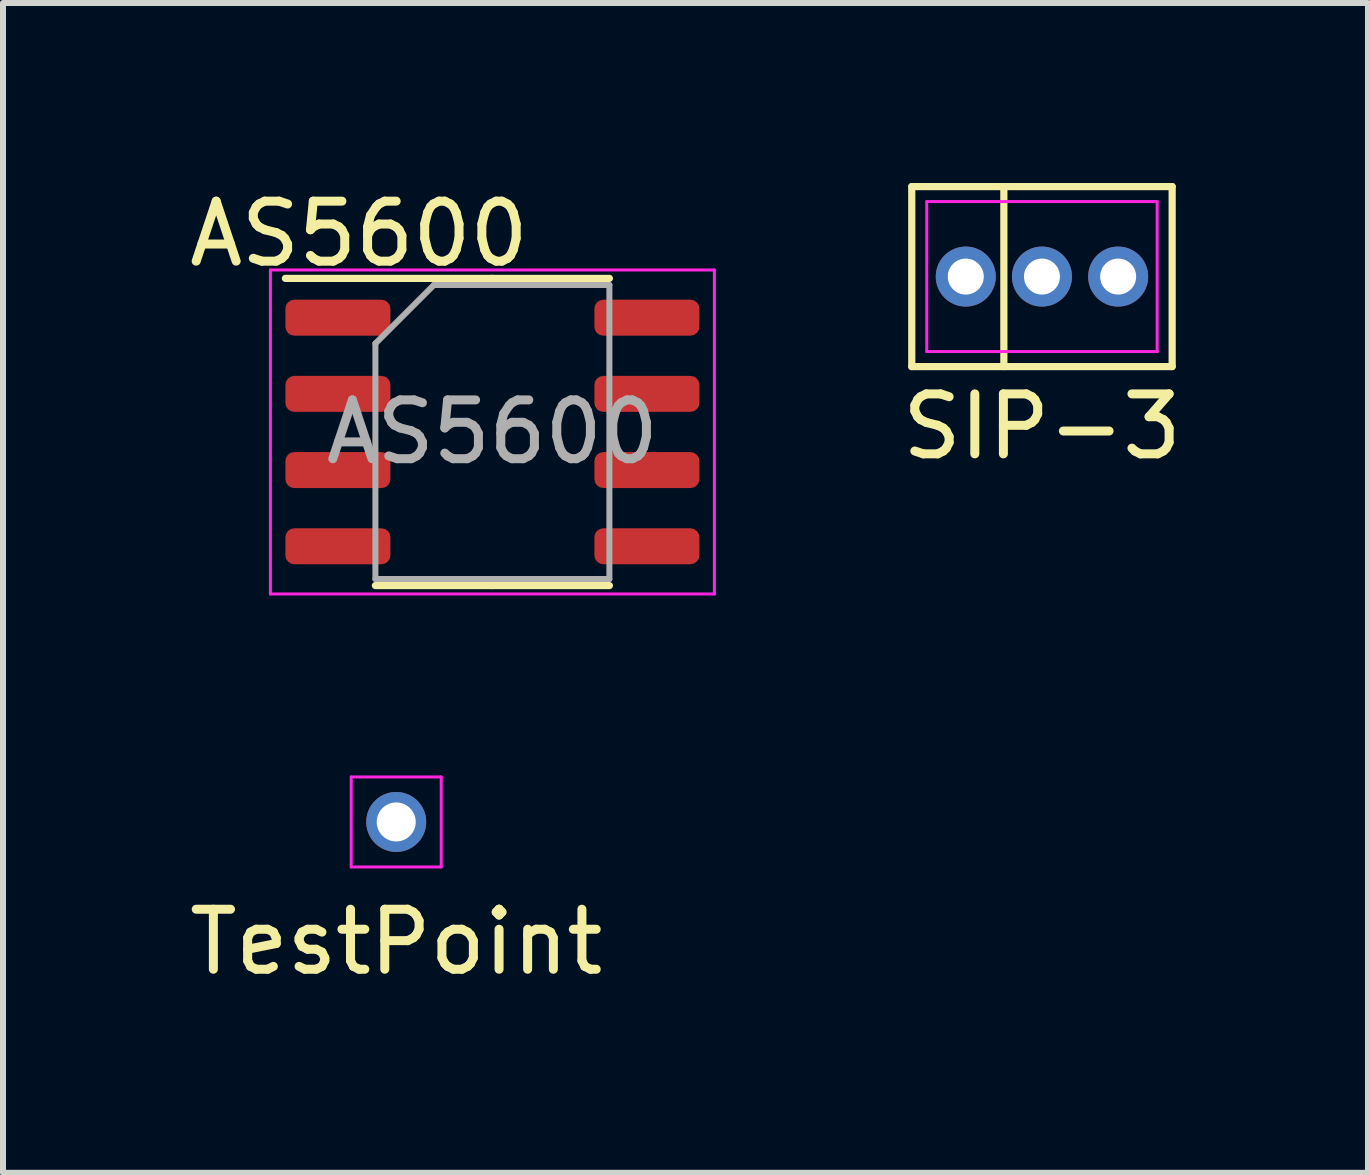
<source format=kicad_pcb>
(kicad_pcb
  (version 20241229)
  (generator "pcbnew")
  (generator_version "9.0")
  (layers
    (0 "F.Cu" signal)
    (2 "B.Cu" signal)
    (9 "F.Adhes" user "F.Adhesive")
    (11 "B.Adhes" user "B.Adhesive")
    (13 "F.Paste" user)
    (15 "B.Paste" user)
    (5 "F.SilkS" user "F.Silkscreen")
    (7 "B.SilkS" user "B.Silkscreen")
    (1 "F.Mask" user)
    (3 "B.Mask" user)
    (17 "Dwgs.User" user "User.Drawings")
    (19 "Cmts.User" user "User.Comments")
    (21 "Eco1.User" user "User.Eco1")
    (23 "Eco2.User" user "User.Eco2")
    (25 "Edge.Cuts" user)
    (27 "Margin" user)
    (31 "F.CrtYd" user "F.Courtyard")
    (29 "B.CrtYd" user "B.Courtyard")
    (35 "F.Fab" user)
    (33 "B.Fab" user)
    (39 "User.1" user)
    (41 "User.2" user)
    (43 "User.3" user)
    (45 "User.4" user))
  (footprint "SIP-3"
    (layer "F.Cu")
    (at 14.317 1.56)
    (property "Reference" "SIP-3" (at 0 2.5 0) (layer "F.SilkS") (effects (font (size 1 1) (thickness 0.15))))
    (attr through_hole)
    (fp_line (start -2.17 -1.5) (end 2.17 -1.5) (stroke (width 0.12) (type solid)) (layer "F.SilkS"))
    (fp_line (start -2.17 1.5) (end -2.17 -1.5) (stroke (width 0.12) (type solid)) (layer "F.SilkS"))
    (fp_line (start -0.635 -1.5) (end -0.635 1.5) (stroke (width 0.12) (type solid)) (layer "F.SilkS"))
    (fp_line (start 2.17 -1.5) (end 2.17 1.5) (stroke (width 0.12) (type solid)) (layer "F.SilkS"))
    (fp_line (start 2.17 1.5) (end -2.17 1.5) (stroke (width 0.12) (type solid)) (layer "F.SilkS"))
    (fp_line (start -1.92 -1.25) (end 1.92 -1.25) (stroke (width 0.05) (type solid)) (layer "F.CrtYd"))
    (fp_line (start -1.92 1.25) (end -1.92 -1.25) (stroke (width 0.05) (type solid)) (layer "F.CrtYd"))
    (fp_line (start 1.92 -1.25) (end 1.92 1.25) (stroke (width 0.05) (type solid)) (layer "F.CrtYd"))
    (fp_line (start 1.92 1.25) (end -1.92 1.25) (stroke (width 0.05) (type solid)) (layer "F.CrtYd"))
    (pad "1" thru_hole circle (at -1.27 0) (size 1 1) (drill 0.6) (layers "*.Cu" "*.Mask"))
    (pad "2" thru_hole circle (at 0 0) (size 1 1) (drill 0.6) (layers "*.Cu" "*.Mask"))
    (pad "3" thru_hole circle (at 1.27 0) (size 1 1) (drill 0.6) (layers "*.Cu" "*.Mask")))
  (footprint "AS5600"
    (layer "F.Cu")
    (at 5.157 4.15)
    (property "Reference" "AS5600" (at -2.223 -3.302 0) (layer "F.SilkS") (effects (font (size 1 1) (thickness 0.15))))
    (attr smd)
    (fp_line (start 0 -2.56) (end -3.45 -2.56) (stroke (width 0.12) (type solid)) (layer "F.SilkS"))
    (fp_line (start 0 -2.56) (end 1.95 -2.56) (stroke (width 0.12) (type solid)) (layer "F.SilkS"))
    (fp_line (start 0 2.56) (end -1.95 2.56) (stroke (width 0.12) (type solid)) (layer "F.SilkS"))
    (fp_line (start 0 2.56) (end 1.95 2.56) (stroke (width 0.12) (type solid)) (layer "F.SilkS"))
    (fp_line (start -3.7 -2.7) (end -3.7 2.7) (stroke (width 0.05) (type solid)) (layer "F.CrtYd"))
    (fp_line (start -3.7 2.7) (end 3.7 2.7) (stroke (width 0.05) (type solid)) (layer "F.CrtYd"))
    (fp_line (start 3.7 -2.7) (end -3.7 -2.7) (stroke (width 0.05) (type solid)) (layer "F.CrtYd"))
    (fp_line (start 3.7 2.7) (end 3.7 -2.7) (stroke (width 0.05) (type solid)) (layer "F.CrtYd"))
    (fp_line (start -1.95 -1.475) (end -0.975 -2.45) (stroke (width 0.1) (type solid)) (layer "F.Fab"))
    (fp_line (start -1.95 2.45) (end -1.95 -1.475) (stroke (width 0.1) (type solid)) (layer "F.Fab"))
    (fp_line (start -0.975 -2.45) (end 1.95 -2.45) (stroke (width 0.1) (type solid)) (layer "F.Fab"))
    (fp_line (start 1.95 -2.45) (end 1.95 2.45) (stroke (width 0.1) (type solid)) (layer "F.Fab"))
    (fp_line (start 1.95 2.45) (end -1.95 2.45) (stroke (width 0.1) (type solid)) (layer "F.Fab"))
    (fp_text user "${REFERENCE}" (at 0 0 0) (layer "F.Fab") (effects (font (size 0.98 0.98) (thickness 0.15))))
    (pad "1" smd roundrect (at -2.575 -1.905) (size 1.75 0.6) (layers "F.Cu" "F.Mask" "F.Paste") (roundrect_rratio 0.25))
    (pad "2" smd roundrect (at -2.575 -0.635) (size 1.75 0.6) (layers "F.Cu" "F.Mask" "F.Paste") (roundrect_rratio 0.25))
    (pad "3" smd roundrect (at -2.575 0.635) (size 1.75 0.6) (layers "F.Cu" "F.Mask" "F.Paste") (roundrect_rratio 0.25))
    (pad "4" smd roundrect (at -2.575 1.905) (size 1.75 0.6) (layers "F.Cu" "F.Mask" "F.Paste") (roundrect_rratio 0.25))
    (pad "5" smd roundrect (at 2.575 1.905) (size 1.75 0.6) (layers "F.Cu" "F.Mask" "F.Paste") (roundrect_rratio 0.25))
    (pad "6" smd roundrect (at 2.575 0.635) (size 1.75 0.6) (layers "F.Cu" "F.Mask" "F.Paste") (roundrect_rratio 0.25))
    (pad "7" smd roundrect (at 2.575 -0.635) (size 1.75 0.6) (layers "F.Cu" "F.Mask" "F.Paste") (roundrect_rratio 0.25))
    (pad "8" smd roundrect (at 2.575 -1.905) (size 1.75 0.6) (layers "F.Cu" "F.Mask" "F.Paste") (roundrect_rratio 0.25)))
  (footprint "TestPoint"
    (layer "F.Cu")
    (at 3.554 10.65)
    (property "Reference" "TestPoint" (at 0 2 0) (layer "F.SilkS") (effects (font (size 1 1) (thickness 0.15))))
    (attr through_hole)
    (fp_line (start -0.75 -0.75) (end 0.75 -0.75) (stroke (width 0.05) (type solid)) (layer "F.CrtYd"))
    (fp_line (start -0.75 0.75) (end -0.75 -0.75) (stroke (width 0.05) (type solid)) (layer "F.CrtYd"))
    (fp_line (start 0.75 -0.75) (end 0.75 0.75) (stroke (width 0.05) (type solid)) (layer "F.CrtYd"))
    (fp_line (start 0.75 0.75) (end -0.75 0.75) (stroke (width 0.05) (type solid)) (layer "F.CrtYd"))
    (pad "1" thru_hole circle (at 0 0) (size 1 1) (drill 0.65) (layers "*.Cu" "*.Mask")))
  (gr_rect
    (start -3 -3)
    (end 19.751 16.498)
    (stroke (width 0.1) (type default))
    (fill no)
    (layer "Edge.Cuts")))
</source>
